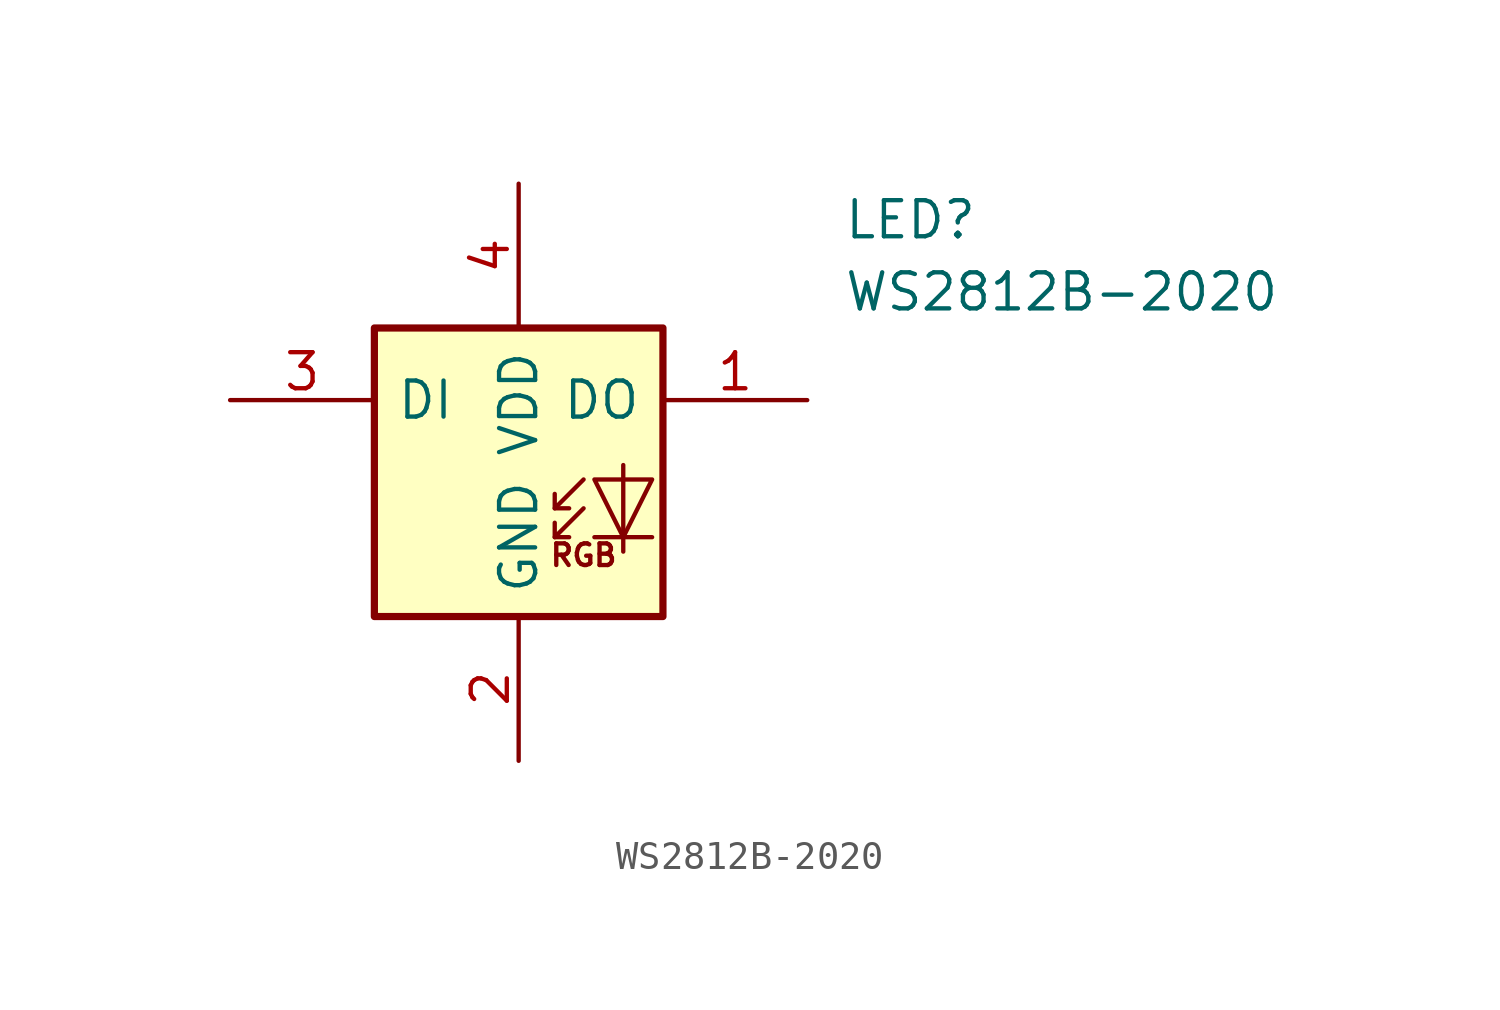
<source format=kicad_sym>
(kicad_symbol_lib
  (version 20211014)
  (generator kicad_symbol_editor)
  (symbol "WS2812B-2020"
    (pin_names
      (offset 0.762))
    (property "Reference" "LED"
      (at 21.59 7.62 0)
      (effects (font (size 1.27 1.27)) (justify left)))
    (property "Value" "WS2812B-2020"
      (at 21.59 5.08 0)
      (effects (font (size 1.27 1.27)) (justify left)))
    (symbol "WS2812B-2020_0_0"
      (text "RGB" (at 12.446 -4.191 0) (effects (font (size 0.762 0.762))))
      (pin passive line (at 20.32 1.27 180) (length 5.08) (name "DO" (effects (font (size 1.27 1.27)))) (number "1" (effects (font (size 1.27 1.27)))))
      (pin passive line (at 10.16 -11.43 90) (length 5.08) (name "GND" (effects (font (size 1.27 1.27)))) (number "2" (effects (font (size 1.27 1.27)))))
      (pin passive line (at 0 1.27 0) (length 5.08) (name "DI" (effects (font (size 1.27 1.27)))) (number "3" (effects (font (size 1.27 1.27)))))
      (pin passive line (at 10.16 8.89 270) (length 5.08) (name "VDD" (effects (font (size 1.27 1.27)))) (number "4" (effects (font (size 1.27 1.27))))))
    (symbol "WS2812B-2020_0_1"
      (polyline (pts (xy 11.43 -3.556) (xy 11.938 -3.556)) (stroke (width 0) (type default) (color 0 0 0 0)) (fill (type none)))
      (polyline (pts (xy 11.43 -2.54) (xy 11.938 -2.54)) (stroke (width 0) (type default) (color 0 0 0 0)) (fill (type none)))
      (polyline (pts (xy 14.859 -3.556) (xy 12.827 -3.556)) (stroke (width 0) (type default) (color 0 0 0 0)) (fill (type none)))
      (polyline (pts (xy 12.446 -2.54) (xy 11.43 -3.556) (xy 11.43 -3.048)) (stroke (width 0) (type default) (color 0 0 0 0)) (fill (type none)))
      (polyline (pts (xy 12.446 -1.524) (xy 11.43 -2.54) (xy 11.43 -2.032)) (stroke (width 0) (type default) (color 0 0 0 0)) (fill (type none)))
      (polyline (pts (xy 13.843 -1.016) (xy 13.843 -3.556) (xy 13.843 -4.064)) (stroke (width 0) (type default) (color 0 0 0 0)) (fill (type none)))
      (polyline (pts (xy 14.859 -1.524) (xy 12.827 -1.524) (xy 13.843 -3.556) (xy 14.859 -1.524)) (stroke (width 0) (type default) (color 0 0 0 0)) (fill (type none)))
      (rectangle (start 5.08 3.81) (end 15.24 -6.35) (stroke (width 0.254) (type default) (color 0 0 0 0)) (fill (type background))))))
</source>
